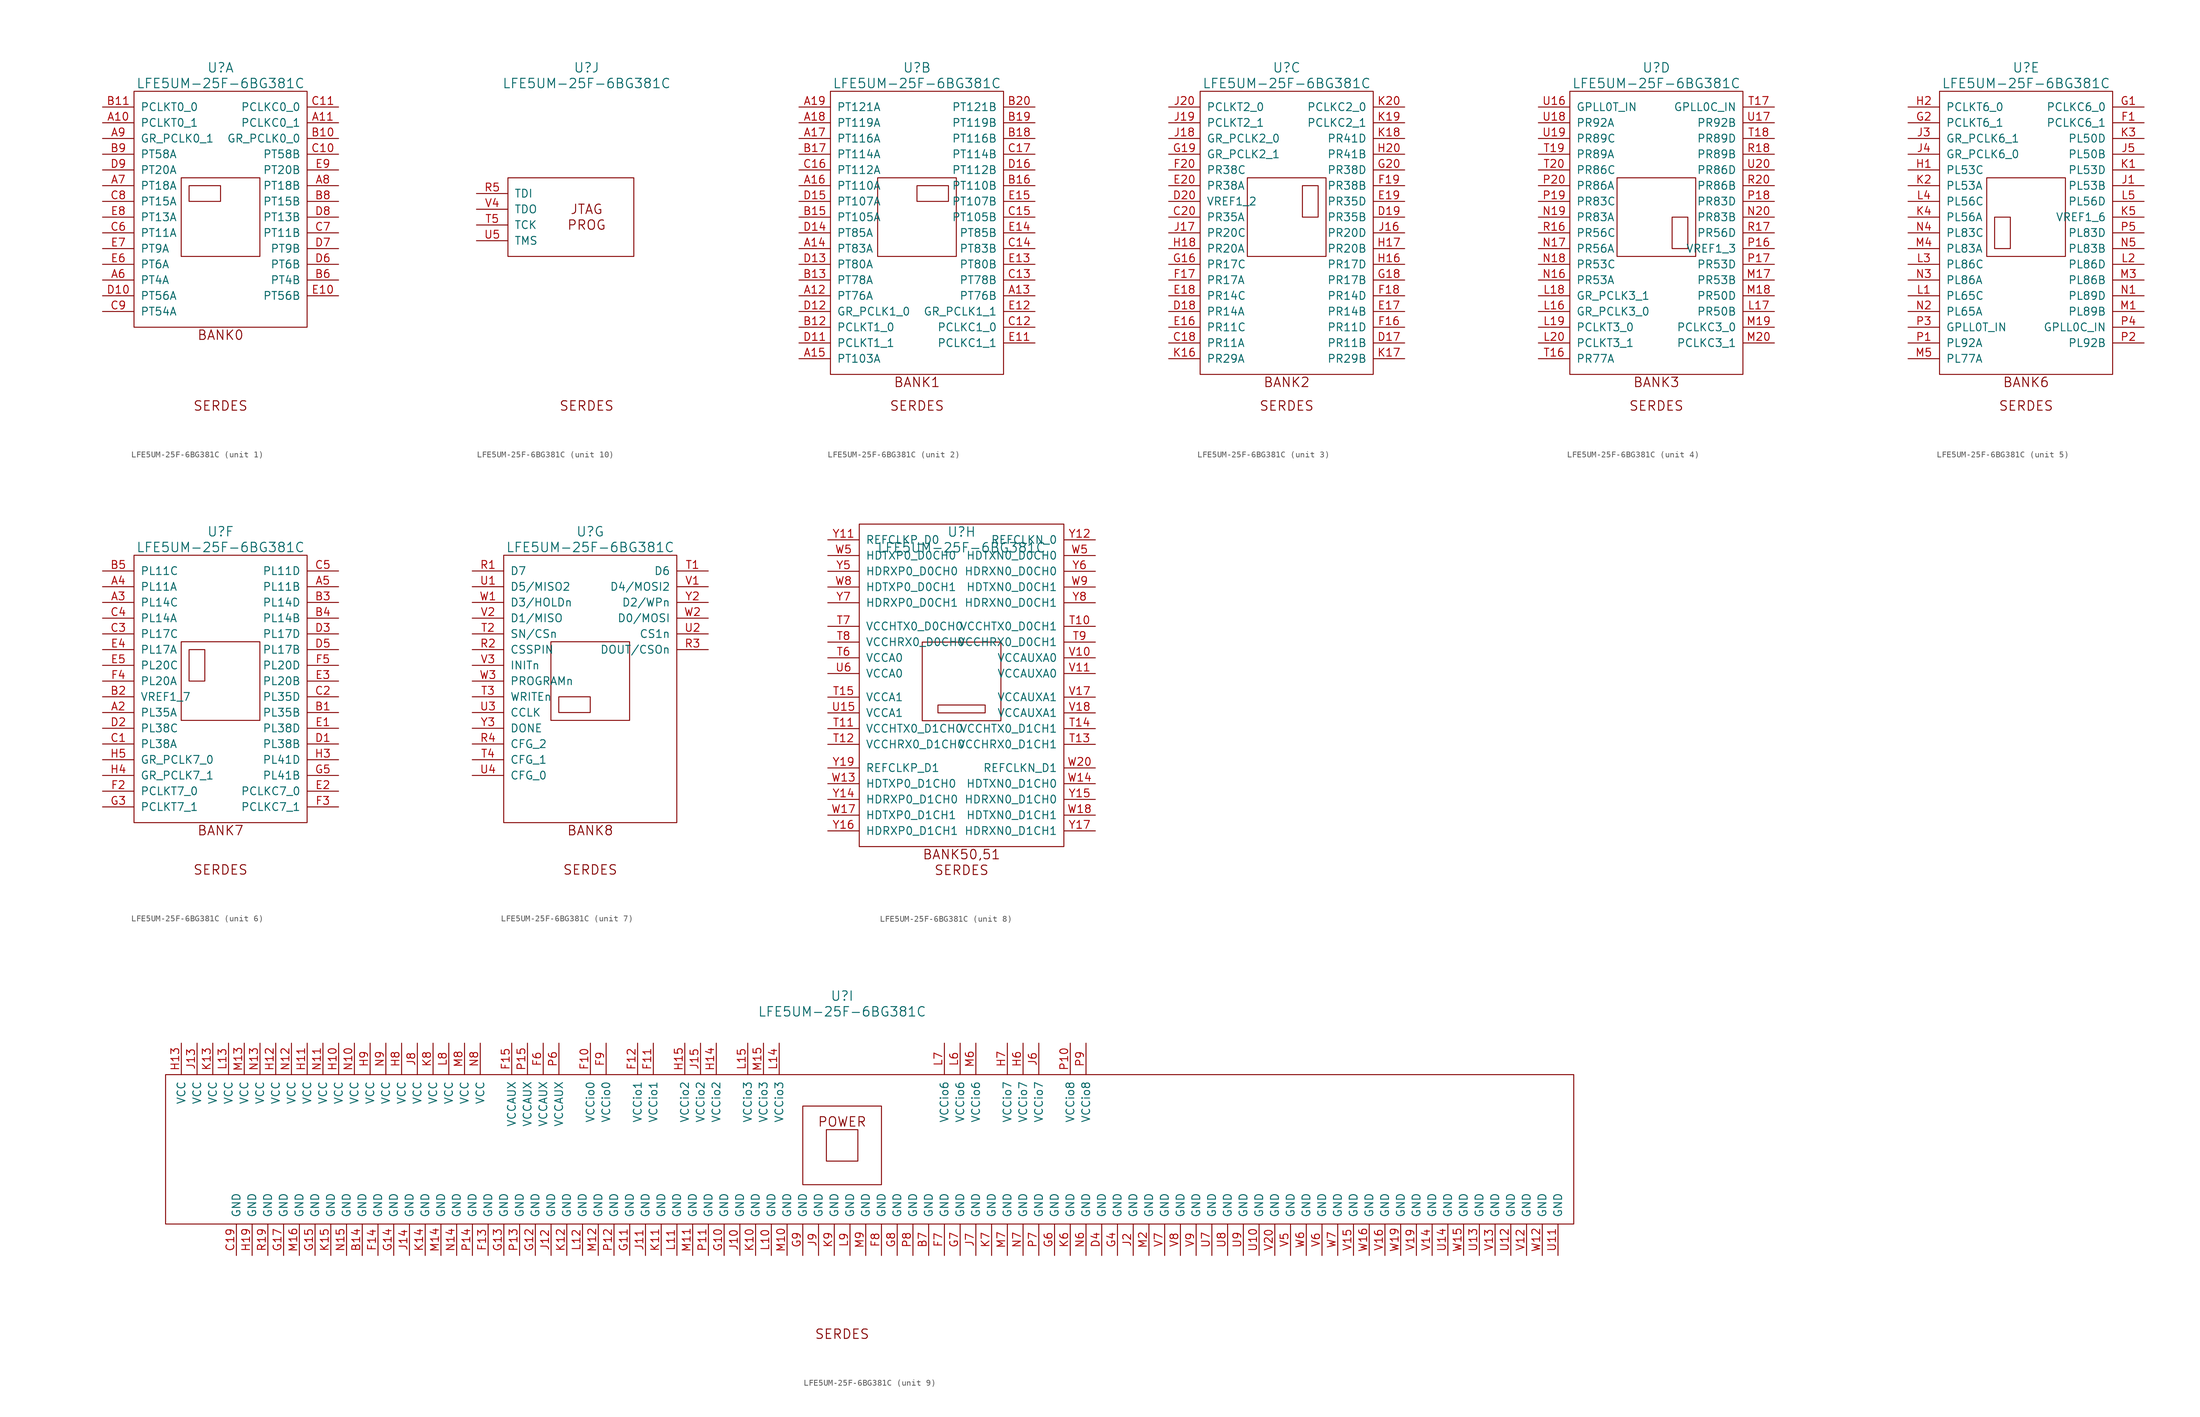
<source format=kicad_sym>
(kicad_symbol_lib
  (version 20241209)
  (generator "kicad_symbol_editor")
  (generator_version "9.0")
  (symbol "LFE5UM-25F-6BG381C"
    (pin_names
      (offset 1.016))
    (property "Reference" "U"
      (at 0 24.13 0)
      (effects (font (size 1.524 1.524))))
    (property "Value" "LFE5UM-25F-6BG381C"
      (at 0 21.59 0)
      (effects (font (size 1.524 1.524))))
    (property "Footprint" ""
      (at -26.67 24.13 0)
      (effects (font (size 1.524 1.524))))
    (property "Datasheet" ""
      (at -26.67 24.13 0)
      (effects (font (size 1.524 1.524))))
    (property "ki_locked" ""
      (at 0 0 0)
      (effects (font (size 1.27 1.27))))
    (symbol "LFE5UM-25F-6BG381C_0_0"
      (text "SERDES" (at 0 -30.48 0) (effects (font (size 1.524 1.524)))))
    (symbol "LFE5UM-25F-6BG381C_1_1"
      (rectangle (start -13.97 20.32) (end 13.97 -17.78) (stroke (width 0) (type solid)) (fill (type none)))
      (rectangle (start -6.35 6.35) (end 6.35 -6.35) (stroke (width 0) (type solid)) (fill (type none)))
      (rectangle (start -5.08 5.08) (end 0 2.54) (stroke (width 0) (type solid)) (fill (type none)))
      (text "BANK0" (at 0 -19.05 0) (effects (font (size 1.524 1.524))))
      (pin input line (at -19.05 17.78 0) (length 5.08) (name "PCLKT0_0" (effects (font (size 1.27 1.27)))) (number "B11" (effects (font (size 1.27 1.27)))))
      (pin input line (at -19.05 15.24 0) (length 5.08) (name "PCLKT0_1" (effects (font (size 1.27 1.27)))) (number "A10" (effects (font (size 1.27 1.27)))))
      (pin input line (at -19.05 12.7 0) (length 5.08) (name "GR_PCLK0_1" (effects (font (size 1.27 1.27)))) (number "A9" (effects (font (size 1.27 1.27)))))
      (pin input line (at -19.05 10.16 0) (length 5.08) (name "PT58A" (effects (font (size 1.27 1.27)))) (number "B9" (effects (font (size 1.27 1.27)))))
      (pin input line (at -19.05 7.62 0) (length 5.08) (name "PT20A" (effects (font (size 1.27 1.27)))) (number "D9" (effects (font (size 1.27 1.27)))))
      (pin input line (at -19.05 5.08 0) (length 5.08) (name "PT18A" (effects (font (size 1.27 1.27)))) (number "A7" (effects (font (size 1.27 1.27)))))
      (pin input line (at -19.05 2.54 0) (length 5.08) (name "PT15A" (effects (font (size 1.27 1.27)))) (number "C8" (effects (font (size 1.27 1.27)))))
      (pin input line (at -19.05 0 0) (length 5.08) (name "PT13A" (effects (font (size 1.27 1.27)))) (number "E8" (effects (font (size 1.27 1.27)))))
      (pin input line (at -19.05 -2.54 0) (length 5.08) (name "PT11A" (effects (font (size 1.27 1.27)))) (number "C6" (effects (font (size 1.27 1.27)))))
      (pin input line (at -19.05 -5.08 0) (length 5.08) (name "PT9A" (effects (font (size 1.27 1.27)))) (number "E7" (effects (font (size 1.27 1.27)))))
      (pin input line (at -19.05 -7.62 0) (length 5.08) (name "PT6A" (effects (font (size 1.27 1.27)))) (number "E6" (effects (font (size 1.27 1.27)))))
      (pin input line (at -19.05 -10.16 0) (length 5.08) (name "PT4A" (effects (font (size 1.27 1.27)))) (number "A6" (effects (font (size 1.27 1.27)))))
      (pin input line (at -19.05 -12.7 0) (length 5.08) (name "PT56A" (effects (font (size 1.27 1.27)))) (number "D10" (effects (font (size 1.27 1.27)))))
      (pin input line (at -19.05 -15.24 0) (length 5.08) (name "PT54A" (effects (font (size 1.27 1.27)))) (number "C9" (effects (font (size 1.27 1.27)))))
      (pin input line (at 19.05 17.78 180) (length 5.08) (name "PCLKC0_0" (effects (font (size 1.27 1.27)))) (number "C11" (effects (font (size 1.27 1.27)))))
      (pin input line (at 19.05 15.24 180) (length 5.08) (name "PCLKC0_1" (effects (font (size 1.27 1.27)))) (number "A11" (effects (font (size 1.27 1.27)))))
      (pin input line (at 19.05 12.7 180) (length 5.08) (name "GR_PCLK0_0" (effects (font (size 1.27 1.27)))) (number "B10" (effects (font (size 1.27 1.27)))))
      (pin input line (at 19.05 10.16 180) (length 5.08) (name "PT58B" (effects (font (size 1.27 1.27)))) (number "C10" (effects (font (size 1.27 1.27)))))
      (pin input line (at 19.05 7.62 180) (length 5.08) (name "PT20B" (effects (font (size 1.27 1.27)))) (number "E9" (effects (font (size 1.27 1.27)))))
      (pin input line (at 19.05 5.08 180) (length 5.08) (name "PT18B" (effects (font (size 1.27 1.27)))) (number "A8" (effects (font (size 1.27 1.27)))))
      (pin input line (at 19.05 2.54 180) (length 5.08) (name "PT15B" (effects (font (size 1.27 1.27)))) (number "B8" (effects (font (size 1.27 1.27)))))
      (pin input line (at 19.05 0 180) (length 5.08) (name "PT13B" (effects (font (size 1.27 1.27)))) (number "D8" (effects (font (size 1.27 1.27)))))
      (pin input line (at 19.05 -2.54 180) (length 5.08) (name "PT11B" (effects (font (size 1.27 1.27)))) (number "C7" (effects (font (size 1.27 1.27)))))
      (pin input line (at 19.05 -5.08 180) (length 5.08) (name "PT9B" (effects (font (size 1.27 1.27)))) (number "D7" (effects (font (size 1.27 1.27)))))
      (pin input line (at 19.05 -7.62 180) (length 5.08) (name "PT6B" (effects (font (size 1.27 1.27)))) (number "D6" (effects (font (size 1.27 1.27)))))
      (pin input line (at 19.05 -10.16 180) (length 5.08) (name "PT4B" (effects (font (size 1.27 1.27)))) (number "B6" (effects (font (size 1.27 1.27)))))
      (pin input line (at 19.05 -12.7 180) (length 5.08) (name "PT56B" (effects (font (size 1.27 1.27)))) (number "E10" (effects (font (size 1.27 1.27))))))
    (symbol "LFE5UM-25F-6BG381C_2_0"
      (text "BANK1" (at 0 -26.67 0) (effects (font (size 1.524 1.524)))))
    (symbol "LFE5UM-25F-6BG381C_2_1"
      (rectangle (start -13.97 20.32) (end 13.97 -25.4) (stroke (width 0) (type solid)) (fill (type none)))
      (rectangle (start -6.35 6.35) (end 6.35 -6.35) (stroke (width 0) (type solid)) (fill (type none)))
      (rectangle (start 0 5.08) (end 5.08 2.54) (stroke (width 0) (type solid)) (fill (type none)))
      (pin input line (at -19.05 17.78 0) (length 5.08) (name "PT121A" (effects (font (size 1.27 1.27)))) (number "A19" (effects (font (size 1.27 1.27)))))
      (pin input line (at -19.05 15.24 0) (length 5.08) (name "PT119A" (effects (font (size 1.27 1.27)))) (number "A18" (effects (font (size 1.27 1.27)))))
      (pin input line (at -19.05 12.7 0) (length 5.08) (name "PT116A" (effects (font (size 1.27 1.27)))) (number "A17" (effects (font (size 1.27 1.27)))))
      (pin input line (at -19.05 10.16 0) (length 5.08) (name "PT114A" (effects (font (size 1.27 1.27)))) (number "B17" (effects (font (size 1.27 1.27)))))
      (pin input line (at -19.05 7.62 0) (length 5.08) (name "PT112A" (effects (font (size 1.27 1.27)))) (number "C16" (effects (font (size 1.27 1.27)))))
      (pin input line (at -19.05 5.08 0) (length 5.08) (name "PT110A" (effects (font (size 1.27 1.27)))) (number "A16" (effects (font (size 1.27 1.27)))))
      (pin input line (at -19.05 2.54 0) (length 5.08) (name "PT107A" (effects (font (size 1.27 1.27)))) (number "D15" (effects (font (size 1.27 1.27)))))
      (pin input line (at -19.05 0 0) (length 5.08) (name "PT105A" (effects (font (size 1.27 1.27)))) (number "B15" (effects (font (size 1.27 1.27)))))
      (pin input line (at -19.05 -2.54 0) (length 5.08) (name "PT85A" (effects (font (size 1.27 1.27)))) (number "D14" (effects (font (size 1.27 1.27)))))
      (pin input line (at -19.05 -5.08 0) (length 5.08) (name "PT83A" (effects (font (size 1.27 1.27)))) (number "A14" (effects (font (size 1.27 1.27)))))
      (pin input line (at -19.05 -7.62 0) (length 5.08) (name "PT80A" (effects (font (size 1.27 1.27)))) (number "D13" (effects (font (size 1.27 1.27)))))
      (pin input line (at -19.05 -10.16 0) (length 5.08) (name "PT78A" (effects (font (size 1.27 1.27)))) (number "B13" (effects (font (size 1.27 1.27)))))
      (pin input line (at -19.05 -12.7 0) (length 5.08) (name "PT76A" (effects (font (size 1.27 1.27)))) (number "A12" (effects (font (size 1.27 1.27)))))
      (pin input line (at -19.05 -15.24 0) (length 5.08) (name "GR_PCLK1_0" (effects (font (size 1.27 1.27)))) (number "D12" (effects (font (size 1.27 1.27)))))
      (pin input line (at -19.05 -17.78 0) (length 5.08) (name "PCLKT1_0" (effects (font (size 1.27 1.27)))) (number "B12" (effects (font (size 1.27 1.27)))))
      (pin input line (at -19.05 -20.32 0) (length 5.08) (name "PCLKT1_1" (effects (font (size 1.27 1.27)))) (number "D11" (effects (font (size 1.27 1.27)))))
      (pin input line (at -19.05 -22.86 0) (length 5.08) (name "PT103A" (effects (font (size 1.27 1.27)))) (number "A15" (effects (font (size 1.27 1.27)))))
      (pin input line (at 19.05 17.78 180) (length 5.08) (name "PT121B" (effects (font (size 1.27 1.27)))) (number "B20" (effects (font (size 1.27 1.27)))))
      (pin input line (at 19.05 15.24 180) (length 5.08) (name "PT119B" (effects (font (size 1.27 1.27)))) (number "B19" (effects (font (size 1.27 1.27)))))
      (pin input line (at 19.05 12.7 180) (length 5.08) (name "PT116B" (effects (font (size 1.27 1.27)))) (number "B18" (effects (font (size 1.27 1.27)))))
      (pin input line (at 19.05 10.16 180) (length 5.08) (name "PT114B" (effects (font (size 1.27 1.27)))) (number "C17" (effects (font (size 1.27 1.27)))))
      (pin input line (at 19.05 7.62 180) (length 5.08) (name "PT112B" (effects (font (size 1.27 1.27)))) (number "D16" (effects (font (size 1.27 1.27)))))
      (pin input line (at 19.05 5.08 180) (length 5.08) (name "PT110B" (effects (font (size 1.27 1.27)))) (number "B16" (effects (font (size 1.27 1.27)))))
      (pin input line (at 19.05 2.54 180) (length 5.08) (name "PT107B" (effects (font (size 1.27 1.27)))) (number "E15" (effects (font (size 1.27 1.27)))))
      (pin input line (at 19.05 0 180) (length 5.08) (name "PT105B" (effects (font (size 1.27 1.27)))) (number "C15" (effects (font (size 1.27 1.27)))))
      (pin input line (at 19.05 -2.54 180) (length 5.08) (name "PT85B" (effects (font (size 1.27 1.27)))) (number "E14" (effects (font (size 1.27 1.27)))))
      (pin input line (at 19.05 -5.08 180) (length 5.08) (name "PT83B" (effects (font (size 1.27 1.27)))) (number "C14" (effects (font (size 1.27 1.27)))))
      (pin input line (at 19.05 -7.62 180) (length 5.08) (name "PT80B" (effects (font (size 1.27 1.27)))) (number "E13" (effects (font (size 1.27 1.27)))))
      (pin input line (at 19.05 -10.16 180) (length 5.08) (name "PT78B" (effects (font (size 1.27 1.27)))) (number "C13" (effects (font (size 1.27 1.27)))))
      (pin input line (at 19.05 -12.7 180) (length 5.08) (name "PT76B" (effects (font (size 1.27 1.27)))) (number "A13" (effects (font (size 1.27 1.27)))))
      (pin input line (at 19.05 -15.24 180) (length 5.08) (name "GR_PCLK1_1" (effects (font (size 1.27 1.27)))) (number "E12" (effects (font (size 1.27 1.27)))))
      (pin input line (at 19.05 -17.78 180) (length 5.08) (name "PCLKC1_0" (effects (font (size 1.27 1.27)))) (number "C12" (effects (font (size 1.27 1.27)))))
      (pin input line (at 19.05 -20.32 180) (length 5.08) (name "PCLKC1_1" (effects (font (size 1.27 1.27)))) (number "E11" (effects (font (size 1.27 1.27))))))
    (symbol "LFE5UM-25F-6BG381C_3_0"
      (text "BANK2" (at 0 -26.67 0) (effects (font (size 1.524 1.524)))))
    (symbol "LFE5UM-25F-6BG381C_3_1"
      (rectangle (start -13.97 20.32) (end 13.97 -25.4) (stroke (width 0) (type solid)) (fill (type none)))
      (rectangle (start -6.35 6.35) (end 6.35 -6.35) (stroke (width 0) (type solid)) (fill (type none)))
      (rectangle (start 5.08 5.08) (end 2.54 0) (stroke (width 0) (type solid)) (fill (type none)))
      (pin input line (at -19.05 17.78 0) (length 5.08) (name "PCLKT2_0" (effects (font (size 1.27 1.27)))) (number "J20" (effects (font (size 1.27 1.27)))))
      (pin input line (at -19.05 15.24 0) (length 5.08) (name "PCLKT2_1" (effects (font (size 1.27 1.27)))) (number "J19" (effects (font (size 1.27 1.27)))))
      (pin input line (at -19.05 12.7 0) (length 5.08) (name "GR_PCLK2_0" (effects (font (size 1.27 1.27)))) (number "J18" (effects (font (size 1.27 1.27)))))
      (pin input line (at -19.05 10.16 0) (length 5.08) (name "GR_PCLK2_1" (effects (font (size 1.27 1.27)))) (number "G19" (effects (font (size 1.27 1.27)))))
      (pin input line (at -19.05 7.62 0) (length 5.08) (name "PR38C" (effects (font (size 1.27 1.27)))) (number "F20" (effects (font (size 1.27 1.27)))))
      (pin input line (at -19.05 5.08 0) (length 5.08) (name "PR38A" (effects (font (size 1.27 1.27)))) (number "E20" (effects (font (size 1.27 1.27)))))
      (pin input line (at -19.05 2.54 0) (length 5.08) (name "VREF1_2" (effects (font (size 1.27 1.27)))) (number "D20" (effects (font (size 1.27 1.27)))))
      (pin input line (at -19.05 0 0) (length 5.08) (name "PR35A" (effects (font (size 1.27 1.27)))) (number "C20" (effects (font (size 1.27 1.27)))))
      (pin input line (at -19.05 -2.54 0) (length 5.08) (name "PR20C" (effects (font (size 1.27 1.27)))) (number "J17" (effects (font (size 1.27 1.27)))))
      (pin input line (at -19.05 -5.08 0) (length 5.08) (name "PR20A" (effects (font (size 1.27 1.27)))) (number "H18" (effects (font (size 1.27 1.27)))))
      (pin input line (at -19.05 -7.62 0) (length 5.08) (name "PR17C" (effects (font (size 1.27 1.27)))) (number "G16" (effects (font (size 1.27 1.27)))))
      (pin input line (at -19.05 -10.16 0) (length 5.08) (name "PR17A" (effects (font (size 1.27 1.27)))) (number "F17" (effects (font (size 1.27 1.27)))))
      (pin input line (at -19.05 -12.7 0) (length 5.08) (name "PR14C" (effects (font (size 1.27 1.27)))) (number "E18" (effects (font (size 1.27 1.27)))))
      (pin input line (at -19.05 -15.24 0) (length 5.08) (name "PR14A" (effects (font (size 1.27 1.27)))) (number "D18" (effects (font (size 1.27 1.27)))))
      (pin input line (at -19.05 -17.78 0) (length 5.08) (name "PR11C" (effects (font (size 1.27 1.27)))) (number "E16" (effects (font (size 1.27 1.27)))))
      (pin input line (at -19.05 -20.32 0) (length 5.08) (name "PR11A" (effects (font (size 1.27 1.27)))) (number "C18" (effects (font (size 1.27 1.27)))))
      (pin input line (at -19.05 -22.86 0) (length 5.08) (name "PR29A" (effects (font (size 1.27 1.27)))) (number "K16" (effects (font (size 1.27 1.27)))))
      (pin input line (at 19.05 17.78 180) (length 5.08) (name "PCLKC2_0" (effects (font (size 1.27 1.27)))) (number "K20" (effects (font (size 1.27 1.27)))))
      (pin input line (at 19.05 15.24 180) (length 5.08) (name "PCLKC2_1" (effects (font (size 1.27 1.27)))) (number "K19" (effects (font (size 1.27 1.27)))))
      (pin input line (at 19.05 12.7 180) (length 5.08) (name "PR41D" (effects (font (size 1.27 1.27)))) (number "K18" (effects (font (size 1.27 1.27)))))
      (pin input line (at 19.05 10.16 180) (length 5.08) (name "PR41B" (effects (font (size 1.27 1.27)))) (number "H20" (effects (font (size 1.27 1.27)))))
      (pin input line (at 19.05 7.62 180) (length 5.08) (name "PR38D" (effects (font (size 1.27 1.27)))) (number "G20" (effects (font (size 1.27 1.27)))))
      (pin input line (at 19.05 5.08 180) (length 5.08) (name "PR38B" (effects (font (size 1.27 1.27)))) (number "F19" (effects (font (size 1.27 1.27)))))
      (pin input line (at 19.05 2.54 180) (length 5.08) (name "PR35D" (effects (font (size 1.27 1.27)))) (number "E19" (effects (font (size 1.27 1.27)))))
      (pin input line (at 19.05 0 180) (length 5.08) (name "PR35B" (effects (font (size 1.27 1.27)))) (number "D19" (effects (font (size 1.27 1.27)))))
      (pin input line (at 19.05 -2.54 180) (length 5.08) (name "PR20D" (effects (font (size 1.27 1.27)))) (number "J16" (effects (font (size 1.27 1.27)))))
      (pin input line (at 19.05 -5.08 180) (length 5.08) (name "PR20B" (effects (font (size 1.27 1.27)))) (number "H17" (effects (font (size 1.27 1.27)))))
      (pin input line (at 19.05 -7.62 180) (length 5.08) (name "PR17D" (effects (font (size 1.27 1.27)))) (number "H16" (effects (font (size 1.27 1.27)))))
      (pin input line (at 19.05 -10.16 180) (length 5.08) (name "PR17B" (effects (font (size 1.27 1.27)))) (number "G18" (effects (font (size 1.27 1.27)))))
      (pin input line (at 19.05 -12.7 180) (length 5.08) (name "PR14D" (effects (font (size 1.27 1.27)))) (number "F18" (effects (font (size 1.27 1.27)))))
      (pin input line (at 19.05 -15.24 180) (length 5.08) (name "PR14B" (effects (font (size 1.27 1.27)))) (number "E17" (effects (font (size 1.27 1.27)))))
      (pin input line (at 19.05 -17.78 180) (length 5.08) (name "PR11D" (effects (font (size 1.27 1.27)))) (number "F16" (effects (font (size 1.27 1.27)))))
      (pin input line (at 19.05 -20.32 180) (length 5.08) (name "PR11B" (effects (font (size 1.27 1.27)))) (number "D17" (effects (font (size 1.27 1.27)))))
      (pin input line (at 19.05 -22.86 180) (length 5.08) (name "PR29B" (effects (font (size 1.27 1.27)))) (number "K17" (effects (font (size 1.27 1.27))))))
    (symbol "LFE5UM-25F-6BG381C_4_0"
      (text "BANK3" (at 0 -26.67 0) (effects (font (size 1.524 1.524)))))
    (symbol "LFE5UM-25F-6BG381C_4_1"
      (rectangle (start -13.97 20.32) (end 13.97 -25.4) (stroke (width 0) (type solid)) (fill (type none)))
      (rectangle (start -6.35 6.35) (end 6.35 -6.35) (stroke (width 0) (type solid)) (fill (type none)))
      (rectangle (start 2.54 0) (end 5.08 -5.08) (stroke (width 0) (type solid)) (fill (type none)))
      (pin input line (at -19.05 17.78 0) (length 5.08) (name "GPLL0T_IN" (effects (font (size 1.27 1.27)))) (number "U16" (effects (font (size 1.27 1.27)))))
      (pin input line (at -19.05 15.24 0) (length 5.08) (name "PR92A" (effects (font (size 1.27 1.27)))) (number "U18" (effects (font (size 1.27 1.27)))))
      (pin input line (at -19.05 12.7 0) (length 5.08) (name "PR89C" (effects (font (size 1.27 1.27)))) (number "U19" (effects (font (size 1.27 1.27)))))
      (pin input line (at -19.05 10.16 0) (length 5.08) (name "PR89A" (effects (font (size 1.27 1.27)))) (number "T19" (effects (font (size 1.27 1.27)))))
      (pin input line (at -19.05 7.62 0) (length 5.08) (name "PR86C" (effects (font (size 1.27 1.27)))) (number "T20" (effects (font (size 1.27 1.27)))))
      (pin input line (at -19.05 5.08 0) (length 5.08) (name "PR86A" (effects (font (size 1.27 1.27)))) (number "P20" (effects (font (size 1.27 1.27)))))
      (pin input line (at -19.05 2.54 0) (length 5.08) (name "PR83C" (effects (font (size 1.27 1.27)))) (number "P19" (effects (font (size 1.27 1.27)))))
      (pin input line (at -19.05 0 0) (length 5.08) (name "PR83A" (effects (font (size 1.27 1.27)))) (number "N19" (effects (font (size 1.27 1.27)))))
      (pin input line (at -19.05 -2.54 0) (length 5.08) (name "PR56C" (effects (font (size 1.27 1.27)))) (number "R16" (effects (font (size 1.27 1.27)))))
      (pin input line (at -19.05 -5.08 0) (length 5.08) (name "PR56A" (effects (font (size 1.27 1.27)))) (number "N17" (effects (font (size 1.27 1.27)))))
      (pin input line (at -19.05 -7.62 0) (length 5.08) (name "PR53C" (effects (font (size 1.27 1.27)))) (number "N18" (effects (font (size 1.27 1.27)))))
      (pin input line (at -19.05 -10.16 0) (length 5.08) (name "PR53A" (effects (font (size 1.27 1.27)))) (number "N16" (effects (font (size 1.27 1.27)))))
      (pin input line (at -19.05 -12.7 0) (length 5.08) (name "GR_PCLK3_1" (effects (font (size 1.27 1.27)))) (number "L18" (effects (font (size 1.27 1.27)))))
      (pin input line (at -19.05 -15.24 0) (length 5.08) (name "GR_PCLK3_0" (effects (font (size 1.27 1.27)))) (number "L16" (effects (font (size 1.27 1.27)))))
      (pin input line (at -19.05 -17.78 0) (length 5.08) (name "PCLKT3_0" (effects (font (size 1.27 1.27)))) (number "L19" (effects (font (size 1.27 1.27)))))
      (pin input line (at -19.05 -20.32 0) (length 5.08) (name "PCLKT3_1" (effects (font (size 1.27 1.27)))) (number "L20" (effects (font (size 1.27 1.27)))))
      (pin input line (at -19.05 -22.86 0) (length 5.08) (name "PR77A" (effects (font (size 1.27 1.27)))) (number "T16" (effects (font (size 1.27 1.27)))))
      (pin input line (at 19.05 17.78 180) (length 5.08) (name "GPLL0C_IN" (effects (font (size 1.27 1.27)))) (number "T17" (effects (font (size 1.27 1.27)))))
      (pin input line (at 19.05 15.24 180) (length 5.08) (name "PR92B" (effects (font (size 1.27 1.27)))) (number "U17" (effects (font (size 1.27 1.27)))))
      (pin input line (at 19.05 12.7 180) (length 5.08) (name "PR89D" (effects (font (size 1.27 1.27)))) (number "T18" (effects (font (size 1.27 1.27)))))
      (pin input line (at 19.05 10.16 180) (length 5.08) (name "PR89B" (effects (font (size 1.27 1.27)))) (number "R18" (effects (font (size 1.27 1.27)))))
      (pin input line (at 19.05 7.62 180) (length 5.08) (name "PR86D" (effects (font (size 1.27 1.27)))) (number "U20" (effects (font (size 1.27 1.27)))))
      (pin input line (at 19.05 5.08 180) (length 5.08) (name "PR86B" (effects (font (size 1.27 1.27)))) (number "R20" (effects (font (size 1.27 1.27)))))
      (pin input line (at 19.05 2.54 180) (length 5.08) (name "PR83D" (effects (font (size 1.27 1.27)))) (number "P18" (effects (font (size 1.27 1.27)))))
      (pin input line (at 19.05 0 180) (length 5.08) (name "PR83B" (effects (font (size 1.27 1.27)))) (number "N20" (effects (font (size 1.27 1.27)))))
      (pin input line (at 19.05 -2.54 180) (length 5.08) (name "PR56D" (effects (font (size 1.27 1.27)))) (number "R17" (effects (font (size 1.27 1.27)))))
      (pin input line (at 19.05 -5.08 180) (length 5.08) (name "VREF1_3" (effects (font (size 1.27 1.27)))) (number "P16" (effects (font (size 1.27 1.27)))))
      (pin input line (at 19.05 -7.62 180) (length 5.08) (name "PR53D" (effects (font (size 1.27 1.27)))) (number "P17" (effects (font (size 1.27 1.27)))))
      (pin input line (at 19.05 -10.16 180) (length 5.08) (name "PR53B" (effects (font (size 1.27 1.27)))) (number "M17" (effects (font (size 1.27 1.27)))))
      (pin input line (at 19.05 -12.7 180) (length 5.08) (name "PR50D" (effects (font (size 1.27 1.27)))) (number "M18" (effects (font (size 1.27 1.27)))))
      (pin input line (at 19.05 -15.24 180) (length 5.08) (name "PR50B" (effects (font (size 1.27 1.27)))) (number "L17" (effects (font (size 1.27 1.27)))))
      (pin input line (at 19.05 -17.78 180) (length 5.08) (name "PCLKC3_0" (effects (font (size 1.27 1.27)))) (number "M19" (effects (font (size 1.27 1.27)))))
      (pin input line (at 19.05 -20.32 180) (length 5.08) (name "PCLKC3_1" (effects (font (size 1.27 1.27)))) (number "M20" (effects (font (size 1.27 1.27))))))
    (symbol "LFE5UM-25F-6BG381C_5_0"
      (text "BANK6" (at 0 -26.67 0) (effects (font (size 1.524 1.524)))))
    (symbol "LFE5UM-25F-6BG381C_5_1"
      (rectangle (start -13.97 20.32) (end 13.97 -25.4) (stroke (width 0) (type solid)) (fill (type none)))
      (rectangle (start -6.35 6.35) (end 6.35 -6.35) (stroke (width 0) (type solid)) (fill (type none)))
      (rectangle (start -5.08 0) (end -2.54 -5.08) (stroke (width 0) (type solid)) (fill (type none)))
      (pin input line (at -19.05 17.78 0) (length 5.08) (name "PCLKT6_0" (effects (font (size 1.27 1.27)))) (number "H2" (effects (font (size 1.27 1.27)))))
      (pin input line (at -19.05 15.24 0) (length 5.08) (name "PCLKT6_1" (effects (font (size 1.27 1.27)))) (number "G2" (effects (font (size 1.27 1.27)))))
      (pin input line (at -19.05 12.7 0) (length 5.08) (name "GR_PCLK6_1" (effects (font (size 1.27 1.27)))) (number "J3" (effects (font (size 1.27 1.27)))))
      (pin input line (at -19.05 10.16 0) (length 5.08) (name "GR_PCLK6_0" (effects (font (size 1.27 1.27)))) (number "J4" (effects (font (size 1.27 1.27)))))
      (pin input line (at -19.05 7.62 0) (length 5.08) (name "PL53C" (effects (font (size 1.27 1.27)))) (number "H1" (effects (font (size 1.27 1.27)))))
      (pin input line (at -19.05 5.08 0) (length 5.08) (name "PL53A" (effects (font (size 1.27 1.27)))) (number "K2" (effects (font (size 1.27 1.27)))))
      (pin input line (at -19.05 2.54 0) (length 5.08) (name "PL56C" (effects (font (size 1.27 1.27)))) (number "L4" (effects (font (size 1.27 1.27)))))
      (pin input line (at -19.05 0 0) (length 5.08) (name "PL56A" (effects (font (size 1.27 1.27)))) (number "K4" (effects (font (size 1.27 1.27)))))
      (pin input line (at -19.05 -2.54 0) (length 5.08) (name "PL83C" (effects (font (size 1.27 1.27)))) (number "N4" (effects (font (size 1.27 1.27)))))
      (pin input line (at -19.05 -5.08 0) (length 5.08) (name "PL83A" (effects (font (size 1.27 1.27)))) (number "M4" (effects (font (size 1.27 1.27)))))
      (pin input line (at -19.05 -7.62 0) (length 5.08) (name "PL86C" (effects (font (size 1.27 1.27)))) (number "L3" (effects (font (size 1.27 1.27)))))
      (pin input line (at -19.05 -10.16 0) (length 5.08) (name "PL86A" (effects (font (size 1.27 1.27)))) (number "N3" (effects (font (size 1.27 1.27)))))
      (pin input line (at -19.05 -12.7 0) (length 5.08) (name "PL65C" (effects (font (size 1.27 1.27)))) (number "L1" (effects (font (size 1.27 1.27)))))
      (pin input line (at -19.05 -15.24 0) (length 5.08) (name "PL65A" (effects (font (size 1.27 1.27)))) (number "N2" (effects (font (size 1.27 1.27)))))
      (pin input line (at -19.05 -17.78 0) (length 5.08) (name "GPLL0T_IN" (effects (font (size 1.27 1.27)))) (number "P3" (effects (font (size 1.27 1.27)))))
      (pin input line (at -19.05 -20.32 0) (length 5.08) (name "PL92A" (effects (font (size 1.27 1.27)))) (number "P1" (effects (font (size 1.27 1.27)))))
      (pin input line (at -19.05 -22.86 0) (length 5.08) (name "PL77A" (effects (font (size 1.27 1.27)))) (number "M5" (effects (font (size 1.27 1.27)))))
      (pin input line (at 19.05 17.78 180) (length 5.08) (name "PCLKC6_0" (effects (font (size 1.27 1.27)))) (number "G1" (effects (font (size 1.27 1.27)))))
      (pin input line (at 19.05 15.24 180) (length 5.08) (name "PCLKC6_1" (effects (font (size 1.27 1.27)))) (number "F1" (effects (font (size 1.27 1.27)))))
      (pin input line (at 19.05 12.7 180) (length 5.08) (name "PL50D" (effects (font (size 1.27 1.27)))) (number "K3" (effects (font (size 1.27 1.27)))))
      (pin input line (at 19.05 10.16 180) (length 5.08) (name "PL50B" (effects (font (size 1.27 1.27)))) (number "J5" (effects (font (size 1.27 1.27)))))
      (pin input line (at 19.05 7.62 180) (length 5.08) (name "PL53D" (effects (font (size 1.27 1.27)))) (number "K1" (effects (font (size 1.27 1.27)))))
      (pin input line (at 19.05 5.08 180) (length 5.08) (name "PL53B" (effects (font (size 1.27 1.27)))) (number "J1" (effects (font (size 1.27 1.27)))))
      (pin input line (at 19.05 2.54 180) (length 5.08) (name "PL56D" (effects (font (size 1.27 1.27)))) (number "L5" (effects (font (size 1.27 1.27)))))
      (pin input line (at 19.05 0 180) (length 5.08) (name "VREF1_6" (effects (font (size 1.27 1.27)))) (number "K5" (effects (font (size 1.27 1.27)))))
      (pin input line (at 19.05 -2.54 180) (length 5.08) (name "PL83D" (effects (font (size 1.27 1.27)))) (number "P5" (effects (font (size 1.27 1.27)))))
      (pin input line (at 19.05 -5.08 180) (length 5.08) (name "PL83B" (effects (font (size 1.27 1.27)))) (number "N5" (effects (font (size 1.27 1.27)))))
      (pin input line (at 19.05 -7.62 180) (length 5.08) (name "PL86D" (effects (font (size 1.27 1.27)))) (number "L2" (effects (font (size 1.27 1.27)))))
      (pin input line (at 19.05 -10.16 180) (length 5.08) (name "PL86B" (effects (font (size 1.27 1.27)))) (number "M3" (effects (font (size 1.27 1.27)))))
      (pin input line (at 19.05 -12.7 180) (length 5.08) (name "PL89D" (effects (font (size 1.27 1.27)))) (number "N1" (effects (font (size 1.27 1.27)))))
      (pin input line (at 19.05 -15.24 180) (length 5.08) (name "PL89B" (effects (font (size 1.27 1.27)))) (number "M1" (effects (font (size 1.27 1.27)))))
      (pin input line (at 19.05 -17.78 180) (length 5.08) (name "GPLL0C_IN" (effects (font (size 1.27 1.27)))) (number "P4" (effects (font (size 1.27 1.27)))))
      (pin input line (at 19.05 -20.32 180) (length 5.08) (name "PL92B" (effects (font (size 1.27 1.27)))) (number "P2" (effects (font (size 1.27 1.27))))))
    (symbol "LFE5UM-25F-6BG381C_6_0"
      (text "BANK7" (at 0 -24.13 0) (effects (font (size 1.524 1.524)))))
    (symbol "LFE5UM-25F-6BG381C_6_1"
      (rectangle (start -13.97 20.32) (end 13.97 -22.86) (stroke (width 0) (type solid)) (fill (type none)))
      (rectangle (start -6.35 6.35) (end 6.35 -6.35) (stroke (width 0) (type solid)) (fill (type none)))
      (rectangle (start -5.08 5.08) (end -2.54 0) (stroke (width 0) (type solid)) (fill (type none)))
      (pin input line (at -19.05 17.78 0) (length 5.08) (name "PL11C" (effects (font (size 1.27 1.27)))) (number "B5" (effects (font (size 1.27 1.27)))))
      (pin input line (at -19.05 15.24 0) (length 5.08) (name "PL11A" (effects (font (size 1.27 1.27)))) (number "A4" (effects (font (size 1.27 1.27)))))
      (pin input line (at -19.05 12.7 0) (length 5.08) (name "PL14C" (effects (font (size 1.27 1.27)))) (number "A3" (effects (font (size 1.27 1.27)))))
      (pin input line (at -19.05 10.16 0) (length 5.08) (name "PL14A" (effects (font (size 1.27 1.27)))) (number "C4" (effects (font (size 1.27 1.27)))))
      (pin input line (at -19.05 7.62 0) (length 5.08) (name "PL17C" (effects (font (size 1.27 1.27)))) (number "C3" (effects (font (size 1.27 1.27)))))
      (pin input line (at -19.05 5.08 0) (length 5.08) (name "PL17A" (effects (font (size 1.27 1.27)))) (number "E4" (effects (font (size 1.27 1.27)))))
      (pin input line (at -19.05 2.54 0) (length 5.08) (name "PL20C" (effects (font (size 1.27 1.27)))) (number "E5" (effects (font (size 1.27 1.27)))))
      (pin input line (at -19.05 0 0) (length 5.08) (name "PL20A" (effects (font (size 1.27 1.27)))) (number "F4" (effects (font (size 1.27 1.27)))))
      (pin input line (at -19.05 -2.54 0) (length 5.08) (name "VREF1_7" (effects (font (size 1.27 1.27)))) (number "B2" (effects (font (size 1.27 1.27)))))
      (pin input line (at -19.05 -5.08 0) (length 5.08) (name "PL35A" (effects (font (size 1.27 1.27)))) (number "A2" (effects (font (size 1.27 1.27)))))
      (pin input line (at -19.05 -7.62 0) (length 5.08) (name "PL38C" (effects (font (size 1.27 1.27)))) (number "D2" (effects (font (size 1.27 1.27)))))
      (pin input line (at -19.05 -10.16 0) (length 5.08) (name "PL38A" (effects (font (size 1.27 1.27)))) (number "C1" (effects (font (size 1.27 1.27)))))
      (pin input line (at -19.05 -12.7 0) (length 5.08) (name "GR_PCLK7_0" (effects (font (size 1.27 1.27)))) (number "H5" (effects (font (size 1.27 1.27)))))
      (pin input line (at -19.05 -15.24 0) (length 5.08) (name "GR_PCLK7_1" (effects (font (size 1.27 1.27)))) (number "H4" (effects (font (size 1.27 1.27)))))
      (pin input line (at -19.05 -17.78 0) (length 5.08) (name "PCLKT7_0" (effects (font (size 1.27 1.27)))) (number "F2" (effects (font (size 1.27 1.27)))))
      (pin input line (at -19.05 -20.32 0) (length 5.08) (name "PCLKT7_1" (effects (font (size 1.27 1.27)))) (number "G3" (effects (font (size 1.27 1.27)))))
      (pin input line (at 19.05 17.78 180) (length 5.08) (name "PL11D" (effects (font (size 1.27 1.27)))) (number "C5" (effects (font (size 1.27 1.27)))))
      (pin input line (at 19.05 15.24 180) (length 5.08) (name "PL11B" (effects (font (size 1.27 1.27)))) (number "A5" (effects (font (size 1.27 1.27)))))
      (pin input line (at 19.05 12.7 180) (length 5.08) (name "PL14D" (effects (font (size 1.27 1.27)))) (number "B3" (effects (font (size 1.27 1.27)))))
      (pin input line (at 19.05 10.16 180) (length 5.08) (name "PL14B" (effects (font (size 1.27 1.27)))) (number "B4" (effects (font (size 1.27 1.27)))))
      (pin input line (at 19.05 7.62 180) (length 5.08) (name "PL17D" (effects (font (size 1.27 1.27)))) (number "D3" (effects (font (size 1.27 1.27)))))
      (pin input line (at 19.05 5.08 180) (length 5.08) (name "PL17B" (effects (font (size 1.27 1.27)))) (number "D5" (effects (font (size 1.27 1.27)))))
      (pin input line (at 19.05 2.54 180) (length 5.08) (name "PL20D" (effects (font (size 1.27 1.27)))) (number "F5" (effects (font (size 1.27 1.27)))))
      (pin input line (at 19.05 0 180) (length 5.08) (name "PL20B" (effects (font (size 1.27 1.27)))) (number "E3" (effects (font (size 1.27 1.27)))))
      (pin input line (at 19.05 -2.54 180) (length 5.08) (name "PL35D" (effects (font (size 1.27 1.27)))) (number "C2" (effects (font (size 1.27 1.27)))))
      (pin input line (at 19.05 -5.08 180) (length 5.08) (name "PL35B" (effects (font (size 1.27 1.27)))) (number "B1" (effects (font (size 1.27 1.27)))))
      (pin input line (at 19.05 -7.62 180) (length 5.08) (name "PL38D" (effects (font (size 1.27 1.27)))) (number "E1" (effects (font (size 1.27 1.27)))))
      (pin input line (at 19.05 -10.16 180) (length 5.08) (name "PL38B" (effects (font (size 1.27 1.27)))) (number "D1" (effects (font (size 1.27 1.27)))))
      (pin input line (at 19.05 -12.7 180) (length 5.08) (name "PL41D" (effects (font (size 1.27 1.27)))) (number "H3" (effects (font (size 1.27 1.27)))))
      (pin input line (at 19.05 -15.24 180) (length 5.08) (name "PL41B" (effects (font (size 1.27 1.27)))) (number "G5" (effects (font (size 1.27 1.27)))))
      (pin input line (at 19.05 -17.78 180) (length 5.08) (name "PCLKC7_0" (effects (font (size 1.27 1.27)))) (number "E2" (effects (font (size 1.27 1.27)))))
      (pin input line (at 19.05 -20.32 180) (length 5.08) (name "PCLKC7_1" (effects (font (size 1.27 1.27)))) (number "F3" (effects (font (size 1.27 1.27))))))
    (symbol "LFE5UM-25F-6BG381C_7_0"
      (text "BANK8" (at 0 -24.13 0) (effects (font (size 1.524 1.524)))))
    (symbol "LFE5UM-25F-6BG381C_7_1"
      (rectangle (start -13.97 20.32) (end 13.97 -22.86) (stroke (width 0) (type solid)) (fill (type none)))
      (rectangle (start -6.35 6.35) (end 6.35 -6.35) (stroke (width 0) (type solid)) (fill (type none)))
      (rectangle (start -5.08 -5.08) (end 0 -2.54) (stroke (width 0) (type solid)) (fill (type none)))
      (pin input line (at -19.05 17.78 0) (length 5.08) (name "D7" (effects (font (size 1.27 1.27)))) (number "R1" (effects (font (size 1.27 1.27)))))
      (pin input line (at -19.05 15.24 0) (length 5.08) (name "D5/MISO2" (effects (font (size 1.27 1.27)))) (number "U1" (effects (font (size 1.27 1.27)))))
      (pin input line (at -19.05 12.7 0) (length 5.08) (name "D3/HOLDn" (effects (font (size 1.27 1.27)))) (number "W1" (effects (font (size 1.27 1.27)))))
      (pin input line (at -19.05 10.16 0) (length 5.08) (name "D1/MISO" (effects (font (size 1.27 1.27)))) (number "V2" (effects (font (size 1.27 1.27)))))
      (pin input line (at -19.05 7.62 0) (length 5.08) (name "SN/CSn" (effects (font (size 1.27 1.27)))) (number "T2" (effects (font (size 1.27 1.27)))))
      (pin input line (at -19.05 5.08 0) (length 5.08) (name "CSSPIN" (effects (font (size 1.27 1.27)))) (number "R2" (effects (font (size 1.27 1.27)))))
      (pin input line (at -19.05 2.54 0) (length 5.08) (name "INITn" (effects (font (size 1.27 1.27)))) (number "V3" (effects (font (size 1.27 1.27)))))
      (pin input line (at -19.05 0 0) (length 5.08) (name "PROGRAMn" (effects (font (size 1.27 1.27)))) (number "W3" (effects (font (size 1.27 1.27)))))
      (pin input line (at -19.05 -2.54 0) (length 5.08) (name "WRITEn" (effects (font (size 1.27 1.27)))) (number "T3" (effects (font (size 1.27 1.27)))))
      (pin input line (at -19.05 -5.08 0) (length 5.08) (name "CCLK" (effects (font (size 1.27 1.27)))) (number "U3" (effects (font (size 1.27 1.27)))))
      (pin input line (at -19.05 -7.62 0) (length 5.08) (name "DONE" (effects (font (size 1.27 1.27)))) (number "Y3" (effects (font (size 1.27 1.27)))))
      (pin input line (at -19.05 -10.16 0) (length 5.08) (name "CFG_2" (effects (font (size 1.27 1.27)))) (number "R4" (effects (font (size 1.27 1.27)))))
      (pin input line (at -19.05 -12.7 0) (length 5.08) (name "CFG_1" (effects (font (size 1.27 1.27)))) (number "T4" (effects (font (size 1.27 1.27)))))
      (pin input line (at -19.05 -15.24 0) (length 5.08) (name "CFG_0" (effects (font (size 1.27 1.27)))) (number "U4" (effects (font (size 1.27 1.27)))))
      (pin input line (at 19.05 17.78 180) (length 5.08) (name "D6" (effects (font (size 1.27 1.27)))) (number "T1" (effects (font (size 1.27 1.27)))))
      (pin input line (at 19.05 15.24 180) (length 5.08) (name "D4/MOSI2" (effects (font (size 1.27 1.27)))) (number "V1" (effects (font (size 1.27 1.27)))))
      (pin input line (at 19.05 12.7 180) (length 5.08) (name "D2/WPn" (effects (font (size 1.27 1.27)))) (number "Y2" (effects (font (size 1.27 1.27)))))
      (pin input line (at 19.05 10.16 180) (length 5.08) (name "D0/MOSI" (effects (font (size 1.27 1.27)))) (number "W2" (effects (font (size 1.27 1.27)))))
      (pin input line (at 19.05 7.62 180) (length 5.08) (name "CS1n" (effects (font (size 1.27 1.27)))) (number "U2" (effects (font (size 1.27 1.27)))))
      (pin input line (at 19.05 5.08 180) (length 5.08) (name "DOUT/CSOn" (effects (font (size 1.27 1.27)))) (number "R3" (effects (font (size 1.27 1.27))))))
    (symbol "LFE5UM-25F-6BG381C_8_0"
      (text "BANK50,51" (at 0 -27.94 0) (effects (font (size 1.524 1.524)))))
    (symbol "LFE5UM-25F-6BG381C_8_1"
      (rectangle (start -16.51 25.4) (end 16.51 -26.67) (stroke (width 0) (type solid)) (fill (type none)))
      (rectangle (start -6.35 6.35) (end 6.35 -6.35) (stroke (width 0) (type solid)) (fill (type none)))
      (rectangle (start 3.81 -5.08) (end -3.81 -3.81) (stroke (width 0) (type solid)) (fill (type none)))
      (pin input line (at -21.59 22.86 0) (length 5.08) (name "REFCLKP_D0" (effects (font (size 1.27 1.27)))) (number "Y11" (effects (font (size 1.27 1.27)))))
      (pin input line (at -21.59 20.32 0) (length 5.08) (name "HDTXP0_D0CH0" (effects (font (size 1.27 1.27)))) (number "W5" (effects (font (size 1.27 1.27)))))
      (pin input line (at -21.59 17.78 0) (length 5.08) (name "HDRXP0_D0CH0" (effects (font (size 1.27 1.27)))) (number "Y5" (effects (font (size 1.27 1.27)))))
      (pin input line (at -21.59 15.24 0) (length 5.08) (name "HDTXP0_D0CH1" (effects (font (size 1.27 1.27)))) (number "W8" (effects (font (size 1.27 1.27)))))
      (pin input line (at -21.59 12.7 0) (length 5.08) (name "HDRXP0_D0CH1" (effects (font (size 1.27 1.27)))) (number "Y7" (effects (font (size 1.27 1.27)))))
      (pin input line (at -21.59 8.89 0) (length 5.08) (name "VCCHTX0_D0CH0" (effects (font (size 1.27 1.27)))) (number "T7" (effects (font (size 1.27 1.27)))))
      (pin input line (at -21.59 6.35 0) (length 5.08) (name "VCCHRX0_D0CH0" (effects (font (size 1.27 1.27)))) (number "T8" (effects (font (size 1.27 1.27)))))
      (pin input line (at -21.59 3.81 0) (length 5.08) (name "VCCA0" (effects (font (size 1.27 1.27)))) (number "T6" (effects (font (size 1.27 1.27)))))
      (pin input line (at -21.59 1.27 0) (length 5.08) (name "VCCA0" (effects (font (size 1.27 1.27)))) (number "U6" (effects (font (size 1.27 1.27)))))
      (pin input line (at -21.59 -2.54 0) (length 5.08) (name "VCCA1" (effects (font (size 1.27 1.27)))) (number "T15" (effects (font (size 1.27 1.27)))))
      (pin input line (at -21.59 -5.08 0) (length 5.08) (name "VCCA1" (effects (font (size 1.27 1.27)))) (number "U15" (effects (font (size 1.27 1.27)))))
      (pin input line (at -21.59 -7.62 0) (length 5.08) (name "VCCHTX0_D1CH0" (effects (font (size 1.27 1.27)))) (number "T11" (effects (font (size 1.27 1.27)))))
      (pin input line (at -21.59 -10.16 0) (length 5.08) (name "VCCHRX0_D1CH0" (effects (font (size 1.27 1.27)))) (number "T12" (effects (font (size 1.27 1.27)))))
      (pin input line (at -21.59 -13.97 0) (length 5.08) (name "REFCLKP_D1" (effects (font (size 1.27 1.27)))) (number "Y19" (effects (font (size 1.27 1.27)))))
      (pin input line (at -21.59 -16.51 0) (length 5.08) (name "HDTXP0_D1CH0" (effects (font (size 1.27 1.27)))) (number "W13" (effects (font (size 1.27 1.27)))))
      (pin input line (at -21.59 -19.05 0) (length 5.08) (name "HDRXP0_D1CH0" (effects (font (size 1.27 1.27)))) (number "Y14" (effects (font (size 1.27 1.27)))))
      (pin input line (at -21.59 -21.59 0) (length 5.08) (name "HDTXP0_D1CH1" (effects (font (size 1.27 1.27)))) (number "W17" (effects (font (size 1.27 1.27)))))
      (pin input line (at -21.59 -24.13 0) (length 5.08) (name "HDRXP0_D1CH1" (effects (font (size 1.27 1.27)))) (number "Y16" (effects (font (size 1.27 1.27)))))
      (pin input line (at 21.59 22.86 180) (length 5.08) (name "REFCLKN_0" (effects (font (size 1.27 1.27)))) (number "Y12" (effects (font (size 1.27 1.27)))))
      (pin input line (at 21.59 20.32 180) (length 5.08) (name "HDTXN0_D0CH0" (effects (font (size 1.27 1.27)))) (number "W5" (effects (font (size 1.27 1.27)))))
      (pin input line (at 21.59 17.78 180) (length 5.08) (name "HDRXN0_D0CH0" (effects (font (size 1.27 1.27)))) (number "Y6" (effects (font (size 1.27 1.27)))))
      (pin input line (at 21.59 15.24 180) (length 5.08) (name "HDTXN0_D0CH1" (effects (font (size 1.27 1.27)))) (number "W9" (effects (font (size 1.27 1.27)))))
      (pin input line (at 21.59 12.7 180) (length 5.08) (name "HDRXN0_D0CH1" (effects (font (size 1.27 1.27)))) (number "Y8" (effects (font (size 1.27 1.27)))))
      (pin input line (at 21.59 8.89 180) (length 5.08) (name "VCCHTX0_D0CH1" (effects (font (size 1.27 1.27)))) (number "T10" (effects (font (size 1.27 1.27)))))
      (pin input line (at 21.59 6.35 180) (length 5.08) (name "VCCHRX0_D0CH1" (effects (font (size 1.27 1.27)))) (number "T9" (effects (font (size 1.27 1.27)))))
      (pin input line (at 21.59 3.81 180) (length 5.08) (name "VCCAUXA0" (effects (font (size 1.27 1.27)))) (number "V10" (effects (font (size 1.27 1.27)))))
      (pin input line (at 21.59 1.27 180) (length 5.08) (name "VCCAUXA0" (effects (font (size 1.27 1.27)))) (number "V11" (effects (font (size 1.27 1.27)))))
      (pin input line (at 21.59 -2.54 180) (length 5.08) (name "VCCAUXA1" (effects (font (size 1.27 1.27)))) (number "V17" (effects (font (size 1.27 1.27)))))
      (pin input line (at 21.59 -5.08 180) (length 5.08) (name "VCCAUXA1" (effects (font (size 1.27 1.27)))) (number "V18" (effects (font (size 1.27 1.27)))))
      (pin input line (at 21.59 -7.62 180) (length 5.08) (name "VCCHTX0_D1CH1" (effects (font (size 1.27 1.27)))) (number "T14" (effects (font (size 1.27 1.27)))))
      (pin input line (at 21.59 -10.16 180) (length 5.08) (name "VCCHRX0_D1CH1" (effects (font (size 1.27 1.27)))) (number "T13" (effects (font (size 1.27 1.27)))))
      (pin input line (at 21.59 -13.97 180) (length 5.08) (name "REFCLKN_D1" (effects (font (size 1.27 1.27)))) (number "W20" (effects (font (size 1.27 1.27)))))
      (pin input line (at 21.59 -16.51 180) (length 5.08) (name "HDTXN0_D1CH0" (effects (font (size 1.27 1.27)))) (number "W14" (effects (font (size 1.27 1.27)))))
      (pin input line (at 21.59 -19.05 180) (length 5.08) (name "HDRXN0_D1CH0" (effects (font (size 1.27 1.27)))) (number "Y15" (effects (font (size 1.27 1.27)))))
      (pin input line (at 21.59 -21.59 180) (length 5.08) (name "HDTXN0_D1CH1" (effects (font (size 1.27 1.27)))) (number "W18" (effects (font (size 1.27 1.27)))))
      (pin input line (at 21.59 -24.13 180) (length 5.08) (name "HDRXN0_D1CH1" (effects (font (size 1.27 1.27)))) (number "Y17" (effects (font (size 1.27 1.27))))))
    (symbol "LFE5UM-25F-6BG381C_9_1"
      (rectangle (start -109.22 11.43) (end 118.11 -12.7) (stroke (width 0) (type solid)) (fill (type none)))
      (rectangle (start -6.35 6.35) (end 6.35 -6.35) (stroke (width 0) (type solid)) (fill (type none)))
      (rectangle (start -2.54 2.54) (end 2.54 -2.54) (stroke (width 0) (type solid)) (fill (type none)))
      (text "POWER" (at 0 3.81 0) (effects (font (size 1.524 1.524))))
      (pin input line (at -106.68 16.51 270) (length 5.08) (name "VCC" (effects (font (size 1.27 1.27)))) (number "H13" (effects (font (size 1.27 1.27)))))
      (pin input line (at -104.14 16.51 270) (length 5.08) (name "VCC" (effects (font (size 1.27 1.27)))) (number "J13" (effects (font (size 1.27 1.27)))))
      (pin input line (at -101.6 16.51 270) (length 5.08) (name "VCC" (effects (font (size 1.27 1.27)))) (number "K13" (effects (font (size 1.27 1.27)))))
      (pin input line (at -99.06 16.51 270) (length 5.08) (name "VCC" (effects (font (size 1.27 1.27)))) (number "L13" (effects (font (size 1.27 1.27)))))
      (pin input line (at -97.79 -17.78 90) (length 5.08) (name "GND" (effects (font (size 1.27 1.27)))) (number "C19" (effects (font (size 1.27 1.27)))))
      (pin input line (at -96.52 16.51 270) (length 5.08) (name "VCC" (effects (font (size 1.27 1.27)))) (number "M13" (effects (font (size 1.27 1.27)))))
      (pin input line (at -95.25 -17.78 90) (length 5.08) (name "GND" (effects (font (size 1.27 1.27)))) (number "H19" (effects (font (size 1.27 1.27)))))
      (pin input line (at -93.98 16.51 270) (length 5.08) (name "VCC" (effects (font (size 1.27 1.27)))) (number "N13" (effects (font (size 1.27 1.27)))))
      (pin input line (at -92.71 -17.78 90) (length 5.08) (name "GND" (effects (font (size 1.27 1.27)))) (number "R19" (effects (font (size 1.27 1.27)))))
      (pin input line (at -91.44 16.51 270) (length 5.08) (name "VCC" (effects (font (size 1.27 1.27)))) (number "H12" (effects (font (size 1.27 1.27)))))
      (pin input line (at -90.17 -17.78 90) (length 5.08) (name "GND" (effects (font (size 1.27 1.27)))) (number "G17" (effects (font (size 1.27 1.27)))))
      (pin input line (at -88.9 16.51 270) (length 5.08) (name "VCC" (effects (font (size 1.27 1.27)))) (number "N12" (effects (font (size 1.27 1.27)))))
      (pin input line (at -87.63 -17.78 90) (length 5.08) (name "GND" (effects (font (size 1.27 1.27)))) (number "M16" (effects (font (size 1.27 1.27)))))
      (pin input line (at -86.36 16.51 270) (length 5.08) (name "VCC" (effects (font (size 1.27 1.27)))) (number "H11" (effects (font (size 1.27 1.27)))))
      (pin input line (at -85.09 -17.78 90) (length 5.08) (name "GND" (effects (font (size 1.27 1.27)))) (number "G15" (effects (font (size 1.27 1.27)))))
      (pin input line (at -83.82 16.51 270) (length 5.08) (name "VCC" (effects (font (size 1.27 1.27)))) (number "N11" (effects (font (size 1.27 1.27)))))
      (pin input line (at -82.55 -17.78 90) (length 5.08) (name "GND" (effects (font (size 1.27 1.27)))) (number "K15" (effects (font (size 1.27 1.27)))))
      (pin input line (at -81.28 16.51 270) (length 5.08) (name "VCC" (effects (font (size 1.27 1.27)))) (number "H10" (effects (font (size 1.27 1.27)))))
      (pin input line (at -80.01 -17.78 90) (length 5.08) (name "GND" (effects (font (size 1.27 1.27)))) (number "N15" (effects (font (size 1.27 1.27)))))
      (pin input line (at -78.74 16.51 270) (length 5.08) (name "VCC" (effects (font (size 1.27 1.27)))) (number "N10" (effects (font (size 1.27 1.27)))))
      (pin input line (at -77.47 -17.78 90) (length 5.08) (name "GND" (effects (font (size 1.27 1.27)))) (number "B14" (effects (font (size 1.27 1.27)))))
      (pin input line (at -76.2 16.51 270) (length 5.08) (name "VCC" (effects (font (size 1.27 1.27)))) (number "H9" (effects (font (size 1.27 1.27)))))
      (pin input line (at -74.93 -17.78 90) (length 5.08) (name "GND" (effects (font (size 1.27 1.27)))) (number "F14" (effects (font (size 1.27 1.27)))))
      (pin input line (at -73.66 16.51 270) (length 5.08) (name "VCC" (effects (font (size 1.27 1.27)))) (number "N9" (effects (font (size 1.27 1.27)))))
      (pin input line (at -72.39 -17.78 90) (length 5.08) (name "GND" (effects (font (size 1.27 1.27)))) (number "G14" (effects (font (size 1.27 1.27)))))
      (pin input line (at -71.12 16.51 270) (length 5.08) (name "VCC" (effects (font (size 1.27 1.27)))) (number "H8" (effects (font (size 1.27 1.27)))))
      (pin input line (at -69.85 -17.78 90) (length 5.08) (name "GND" (effects (font (size 1.27 1.27)))) (number "J14" (effects (font (size 1.27 1.27)))))
      (pin input line (at -68.58 16.51 270) (length 5.08) (name "VCC" (effects (font (size 1.27 1.27)))) (number "J8" (effects (font (size 1.27 1.27)))))
      (pin input line (at -67.31 -17.78 90) (length 5.08) (name "GND" (effects (font (size 1.27 1.27)))) (number "K14" (effects (font (size 1.27 1.27)))))
      (pin input line (at -66.04 16.51 270) (length 5.08) (name "VCC" (effects (font (size 1.27 1.27)))) (number "K8" (effects (font (size 1.27 1.27)))))
      (pin input line (at -64.77 -17.78 90) (length 5.08) (name "GND" (effects (font (size 1.27 1.27)))) (number "M14" (effects (font (size 1.27 1.27)))))
      (pin input line (at -63.5 16.51 270) (length 5.08) (name "VCC" (effects (font (size 1.27 1.27)))) (number "L8" (effects (font (size 1.27 1.27)))))
      (pin input line (at -62.23 -17.78 90) (length 5.08) (name "GND" (effects (font (size 1.27 1.27)))) (number "N14" (effects (font (size 1.27 1.27)))))
      (pin input line (at -60.96 16.51 270) (length 5.08) (name "VCC" (effects (font (size 1.27 1.27)))) (number "M8" (effects (font (size 1.27 1.27)))))
      (pin input line (at -59.69 -17.78 90) (length 5.08) (name "GND" (effects (font (size 1.27 1.27)))) (number "P14" (effects (font (size 1.27 1.27)))))
      (pin input line (at -58.42 16.51 270) (length 5.08) (name "VCC" (effects (font (size 1.27 1.27)))) (number "N8" (effects (font (size 1.27 1.27)))))
      (pin input line (at -57.15 -17.78 90) (length 5.08) (name "GND" (effects (font (size 1.27 1.27)))) (number "F13" (effects (font (size 1.27 1.27)))))
      (pin input line (at -54.61 -17.78 90) (length 5.08) (name "GND" (effects (font (size 1.27 1.27)))) (number "G13" (effects (font (size 1.27 1.27)))))
      (pin input line (at -53.34 16.51 270) (length 5.08) (name "VCCAUX" (effects (font (size 1.27 1.27)))) (number "F15" (effects (font (size 1.27 1.27)))))
      (pin input line (at -52.07 -17.78 90) (length 5.08) (name "GND" (effects (font (size 1.27 1.27)))) (number "P13" (effects (font (size 1.27 1.27)))))
      (pin input line (at -50.8 16.51 270) (length 5.08) (name "VCCAUX" (effects (font (size 1.27 1.27)))) (number "P15" (effects (font (size 1.27 1.27)))))
      (pin input line (at -49.53 -17.78 90) (length 5.08) (name "GND" (effects (font (size 1.27 1.27)))) (number "G12" (effects (font (size 1.27 1.27)))))
      (pin input line (at -48.26 16.51 270) (length 5.08) (name "VCCAUX" (effects (font (size 1.27 1.27)))) (number "F6" (effects (font (size 1.27 1.27)))))
      (pin input line (at -46.99 -17.78 90) (length 5.08) (name "GND" (effects (font (size 1.27 1.27)))) (number "J12" (effects (font (size 1.27 1.27)))))
      (pin input line (at -45.72 16.51 270) (length 5.08) (name "VCCAUX" (effects (font (size 1.27 1.27)))) (number "P6" (effects (font (size 1.27 1.27)))))
      (pin input line (at -44.45 -17.78 90) (length 5.08) (name "GND" (effects (font (size 1.27 1.27)))) (number "K12" (effects (font (size 1.27 1.27)))))
      (pin input line (at -41.91 -17.78 90) (length 5.08) (name "GND" (effects (font (size 1.27 1.27)))) (number "L12" (effects (font (size 1.27 1.27)))))
      (pin input line (at -40.64 16.51 270) (length 5.08) (name "VCCio0" (effects (font (size 1.27 1.27)))) (number "F10" (effects (font (size 1.27 1.27)))))
      (pin input line (at -39.37 -17.78 90) (length 5.08) (name "GND" (effects (font (size 1.27 1.27)))) (number "M12" (effects (font (size 1.27 1.27)))))
      (pin input line (at -38.1 16.51 270) (length 5.08) (name "VCCio0" (effects (font (size 1.27 1.27)))) (number "F9" (effects (font (size 1.27 1.27)))))
      (pin input line (at -36.83 -17.78 90) (length 5.08) (name "GND" (effects (font (size 1.27 1.27)))) (number "P12" (effects (font (size 1.27 1.27)))))
      (pin input line (at -34.29 -17.78 90) (length 5.08) (name "GND" (effects (font (size 1.27 1.27)))) (number "G11" (effects (font (size 1.27 1.27)))))
      (pin input line (at -33.02 16.51 270) (length 5.08) (name "VCCio1" (effects (font (size 1.27 1.27)))) (number "F12" (effects (font (size 1.27 1.27)))))
      (pin input line (at -31.75 -17.78 90) (length 5.08) (name "GND" (effects (font (size 1.27 1.27)))) (number "J11" (effects (font (size 1.27 1.27)))))
      (pin input line (at -30.48 16.51 270) (length 5.08) (name "VCCio1" (effects (font (size 1.27 1.27)))) (number "F11" (effects (font (size 1.27 1.27)))))
      (pin input line (at -29.21 -17.78 90) (length 5.08) (name "GND" (effects (font (size 1.27 1.27)))) (number "K11" (effects (font (size 1.27 1.27)))))
      (pin input line (at -26.67 -17.78 90) (length 5.08) (name "GND" (effects (font (size 1.27 1.27)))) (number "L11" (effects (font (size 1.27 1.27)))))
      (pin input line (at -25.4 16.51 270) (length 5.08) (name "VCCio2" (effects (font (size 1.27 1.27)))) (number "H15" (effects (font (size 1.27 1.27)))))
      (pin input line (at -24.13 -17.78 90) (length 5.08) (name "GND" (effects (font (size 1.27 1.27)))) (number "M11" (effects (font (size 1.27 1.27)))))
      (pin input line (at -22.86 16.51 270) (length 5.08) (name "VCCio2" (effects (font (size 1.27 1.27)))) (number "J15" (effects (font (size 1.27 1.27)))))
      (pin input line (at -21.59 -17.78 90) (length 5.08) (name "GND" (effects (font (size 1.27 1.27)))) (number "P11" (effects (font (size 1.27 1.27)))))
      (pin input line (at -20.32 16.51 270) (length 5.08) (name "VCCio2" (effects (font (size 1.27 1.27)))) (number "H14" (effects (font (size 1.27 1.27)))))
      (pin input line (at -19.05 -17.78 90) (length 5.08) (name "GND" (effects (font (size 1.27 1.27)))) (number "G10" (effects (font (size 1.27 1.27)))))
      (pin input line (at -16.51 -17.78 90) (length 5.08) (name "GND" (effects (font (size 1.27 1.27)))) (number "J10" (effects (font (size 1.27 1.27)))))
      (pin input line (at -15.24 16.51 270) (length 5.08) (name "VCCio3" (effects (font (size 1.27 1.27)))) (number "L15" (effects (font (size 1.27 1.27)))))
      (pin input line (at -13.97 -17.78 90) (length 5.08) (name "GND" (effects (font (size 1.27 1.27)))) (number "K10" (effects (font (size 1.27 1.27)))))
      (pin input line (at -12.7 16.51 270) (length 5.08) (name "VCCio3" (effects (font (size 1.27 1.27)))) (number "M15" (effects (font (size 1.27 1.27)))))
      (pin input line (at -11.43 -17.78 90) (length 5.08) (name "GND" (effects (font (size 1.27 1.27)))) (number "L10" (effects (font (size 1.27 1.27)))))
      (pin input line (at -10.16 16.51 270) (length 5.08) (name "VCCio3" (effects (font (size 1.27 1.27)))) (number "L14" (effects (font (size 1.27 1.27)))))
      (pin input line (at -8.89 -17.78 90) (length 5.08) (name "GND" (effects (font (size 1.27 1.27)))) (number "M10" (effects (font (size 1.27 1.27)))))
      (pin input line (at -6.35 -17.78 90) (length 5.08) (name "GND" (effects (font (size 1.27 1.27)))) (number "G9" (effects (font (size 1.27 1.27)))))
      (pin input line (at -3.81 -17.78 90) (length 5.08) (name "GND" (effects (font (size 1.27 1.27)))) (number "J9" (effects (font (size 1.27 1.27)))))
      (pin input line (at -1.27 -17.78 90) (length 5.08) (name "GND" (effects (font (size 1.27 1.27)))) (number "K9" (effects (font (size 1.27 1.27)))))
      (pin input line (at 1.27 -17.78 90) (length 5.08) (name "GND" (effects (font (size 1.27 1.27)))) (number "L9" (effects (font (size 1.27 1.27)))))
      (pin input line (at 3.81 -17.78 90) (length 5.08) (name "GND" (effects (font (size 1.27 1.27)))) (number "M9" (effects (font (size 1.27 1.27)))))
      (pin input line (at 6.35 -17.78 90) (length 5.08) (name "GND" (effects (font (size 1.27 1.27)))) (number "F8" (effects (font (size 1.27 1.27)))))
      (pin input line (at 8.89 -17.78 90) (length 5.08) (name "GND" (effects (font (size 1.27 1.27)))) (number "G8" (effects (font (size 1.27 1.27)))))
      (pin input line (at 11.43 -17.78 90) (length 5.08) (name "GND" (effects (font (size 1.27 1.27)))) (number "P8" (effects (font (size 1.27 1.27)))))
      (pin input line (at 13.97 -17.78 90) (length 5.08) (name "GND" (effects (font (size 1.27 1.27)))) (number "B7" (effects (font (size 1.27 1.27)))))
      (pin input line (at 16.51 16.51 270) (length 5.08) (name "VCCio6" (effects (font (size 1.27 1.27)))) (number "L7" (effects (font (size 1.27 1.27)))))
      (pin input line (at 16.51 -17.78 90) (length 5.08) (name "GND" (effects (font (size 1.27 1.27)))) (number "F7" (effects (font (size 1.27 1.27)))))
      (pin input line (at 19.05 16.51 270) (length 5.08) (name "VCCio6" (effects (font (size 1.27 1.27)))) (number "L6" (effects (font (size 1.27 1.27)))))
      (pin input line (at 19.05 -17.78 90) (length 5.08) (name "GND" (effects (font (size 1.27 1.27)))) (number "G7" (effects (font (size 1.27 1.27)))))
      (pin input line (at 21.59 16.51 270) (length 5.08) (name "VCCio6" (effects (font (size 1.27 1.27)))) (number "M6" (effects (font (size 1.27 1.27)))))
      (pin input line (at 21.59 -17.78 90) (length 5.08) (name "GND" (effects (font (size 1.27 1.27)))) (number "J7" (effects (font (size 1.27 1.27)))))
      (pin input line (at 24.13 -17.78 90) (length 5.08) (name "GND" (effects (font (size 1.27 1.27)))) (number "K7" (effects (font (size 1.27 1.27)))))
      (pin input line (at 26.67 16.51 270) (length 5.08) (name "VCCio7" (effects (font (size 1.27 1.27)))) (number "H7" (effects (font (size 1.27 1.27)))))
      (pin input line (at 26.67 -17.78 90) (length 5.08) (name "GND" (effects (font (size 1.27 1.27)))) (number "M7" (effects (font (size 1.27 1.27)))))
      (pin input line (at 29.21 16.51 270) (length 5.08) (name "VCCio7" (effects (font (size 1.27 1.27)))) (number "H6" (effects (font (size 1.27 1.27)))))
      (pin input line (at 29.21 -17.78 90) (length 5.08) (name "GND" (effects (font (size 1.27 1.27)))) (number "N7" (effects (font (size 1.27 1.27)))))
      (pin input line (at 31.75 16.51 270) (length 5.08) (name "VCCio7" (effects (font (size 1.27 1.27)))) (number "J6" (effects (font (size 1.27 1.27)))))
      (pin input line (at 31.75 -17.78 90) (length 5.08) (name "GND" (effects (font (size 1.27 1.27)))) (number "P7" (effects (font (size 1.27 1.27)))))
      (pin input line (at 34.29 -17.78 90) (length 5.08) (name "GND" (effects (font (size 1.27 1.27)))) (number "G6" (effects (font (size 1.27 1.27)))))
      (pin input line (at 36.83 16.51 270) (length 5.08) (name "VCCio8" (effects (font (size 1.27 1.27)))) (number "P10" (effects (font (size 1.27 1.27)))))
      (pin input line (at 36.83 -17.78 90) (length 5.08) (name "GND" (effects (font (size 1.27 1.27)))) (number "K6" (effects (font (size 1.27 1.27)))))
      (pin input line (at 39.37 16.51 270) (length 5.08) (name "VCCio8" (effects (font (size 1.27 1.27)))) (number "P9" (effects (font (size 1.27 1.27)))))
      (pin input line (at 39.37 -17.78 90) (length 5.08) (name "GND" (effects (font (size 1.27 1.27)))) (number "N6" (effects (font (size 1.27 1.27)))))
      (pin input line (at 41.91 -17.78 90) (length 5.08) (name "GND" (effects (font (size 1.27 1.27)))) (number "D4" (effects (font (size 1.27 1.27)))))
      (pin input line (at 44.45 -17.78 90) (length 5.08) (name "GND" (effects (font (size 1.27 1.27)))) (number "G4" (effects (font (size 1.27 1.27)))))
      (pin input line (at 46.99 -17.78 90) (length 5.08) (name "GND" (effects (font (size 1.27 1.27)))) (number "J2" (effects (font (size 1.27 1.27)))))
      (pin input line (at 49.53 -17.78 90) (length 5.08) (name "GND" (effects (font (size 1.27 1.27)))) (number "M2" (effects (font (size 1.27 1.27)))))
      (pin input line (at 52.07 -17.78 90) (length 5.08) (name "GND" (effects (font (size 1.27 1.27)))) (number "V7" (effects (font (size 1.27 1.27)))))
      (pin input line (at 54.61 -17.78 90) (length 5.08) (name "GND" (effects (font (size 1.27 1.27)))) (number "V8" (effects (font (size 1.27 1.27)))))
      (pin input line (at 57.15 -17.78 90) (length 5.08) (name "GND" (effects (font (size 1.27 1.27)))) (number "V9" (effects (font (size 1.27 1.27)))))
      (pin input line (at 59.69 -17.78 90) (length 5.08) (name "GND" (effects (font (size 1.27 1.27)))) (number "U7" (effects (font (size 1.27 1.27)))))
      (pin input line (at 62.23 -17.78 90) (length 5.08) (name "GND" (effects (font (size 1.27 1.27)))) (number "U8" (effects (font (size 1.27 1.27)))))
      (pin input line (at 64.77 -17.78 90) (length 5.08) (name "GND" (effects (font (size 1.27 1.27)))) (number "U9" (effects (font (size 1.27 1.27)))))
      (pin input line (at 67.31 -17.78 90) (length 5.08) (name "GND" (effects (font (size 1.27 1.27)))) (number "U10" (effects (font (size 1.27 1.27)))))
      (pin input line (at 69.85 -17.78 90) (length 5.08) (name "GND" (effects (font (size 1.27 1.27)))) (number "V20" (effects (font (size 1.27 1.27)))))
      (pin input line (at 72.39 -17.78 90) (length 5.08) (name "GND" (effects (font (size 1.27 1.27)))) (number "V5" (effects (font (size 1.27 1.27)))))
      (pin input line (at 74.93 -17.78 90) (length 5.08) (name "GND" (effects (font (size 1.27 1.27)))) (number "W6" (effects (font (size 1.27 1.27)))))
      (pin input line (at 77.47 -17.78 90) (length 5.08) (name "GND" (effects (font (size 1.27 1.27)))) (number "V6" (effects (font (size 1.27 1.27)))))
      (pin input line (at 80.01 -17.78 90) (length 5.08) (name "GND" (effects (font (size 1.27 1.27)))) (number "W7" (effects (font (size 1.27 1.27)))))
      (pin input line (at 82.55 -17.78 90) (length 5.08) (name "GND" (effects (font (size 1.27 1.27)))) (number "V15" (effects (font (size 1.27 1.27)))))
      (pin input line (at 85.09 -17.78 90) (length 5.08) (name "GND" (effects (font (size 1.27 1.27)))) (number "W16" (effects (font (size 1.27 1.27)))))
      (pin input line (at 87.63 -17.78 90) (length 5.08) (name "GND" (effects (font (size 1.27 1.27)))) (number "V16" (effects (font (size 1.27 1.27)))))
      (pin input line (at 90.17 -17.78 90) (length 5.08) (name "GND" (effects (font (size 1.27 1.27)))) (number "W19" (effects (font (size 1.27 1.27)))))
      (pin input line (at 92.71 -17.78 90) (length 5.08) (name "GND" (effects (font (size 1.27 1.27)))) (number "V19" (effects (font (size 1.27 1.27)))))
      (pin input line (at 95.25 -17.78 90) (length 5.08) (name "GND" (effects (font (size 1.27 1.27)))) (number "V14" (effects (font (size 1.27 1.27)))))
      (pin input line (at 97.79 -17.78 90) (length 5.08) (name "GND" (effects (font (size 1.27 1.27)))) (number "U14" (effects (font (size 1.27 1.27)))))
      (pin input line (at 100.33 -17.78 90) (length 5.08) (name "GND" (effects (font (size 1.27 1.27)))) (number "W15" (effects (font (size 1.27 1.27)))))
      (pin input line (at 102.87 -17.78 90) (length 5.08) (name "GND" (effects (font (size 1.27 1.27)))) (number "U13" (effects (font (size 1.27 1.27)))))
      (pin input line (at 105.41 -17.78 90) (length 5.08) (name "GND" (effects (font (size 1.27 1.27)))) (number "V13" (effects (font (size 1.27 1.27)))))
      (pin input line (at 107.95 -17.78 90) (length 5.08) (name "GND" (effects (font (size 1.27 1.27)))) (number "U12" (effects (font (size 1.27 1.27)))))
      (pin input line (at 110.49 -17.78 90) (length 5.08) (name "GND" (effects (font (size 1.27 1.27)))) (number "V12" (effects (font (size 1.27 1.27)))))
      (pin input line (at 113.03 -17.78 90) (length 5.08) (name "GND" (effects (font (size 1.27 1.27)))) (number "W12" (effects (font (size 1.27 1.27)))))
      (pin input line (at 115.57 -17.78 90) (length 5.08) (name "GND" (effects (font (size 1.27 1.27)))) (number "U11" (effects (font (size 1.27 1.27))))))
    (symbol "LFE5UM-25F-6BG381C_10_0"
      (text "JTAG" (at 0 1.27 0) (effects (font (size 1.524 1.524)))))
    (symbol "LFE5UM-25F-6BG381C_10_1"
      (rectangle (start -12.7 6.35) (end 7.62 -6.35) (stroke (width 0) (type solid)) (fill (type none)))
      (text "PROG" (at 0 -1.27 0) (effects (font (size 1.524 1.524))))
      (pin input line (at -17.78 3.81 0) (length 5.08) (name "TDI" (effects (font (size 1.27 1.27)))) (number "R5" (effects (font (size 1.27 1.27)))))
      (pin input line (at -17.78 1.27 0) (length 5.08) (name "TDO" (effects (font (size 1.27 1.27)))) (number "V4" (effects (font (size 1.27 1.27)))))
      (pin input line (at -17.78 -1.27 0) (length 5.08) (name "TCK" (effects (font (size 1.27 1.27)))) (number "T5" (effects (font (size 1.27 1.27)))))
      (pin input line (at -17.78 -3.81 0) (length 5.08) (name "TMS" (effects (font (size 1.27 1.27)))) (number "U5" (effects (font (size 1.27 1.27))))))))
</source>
